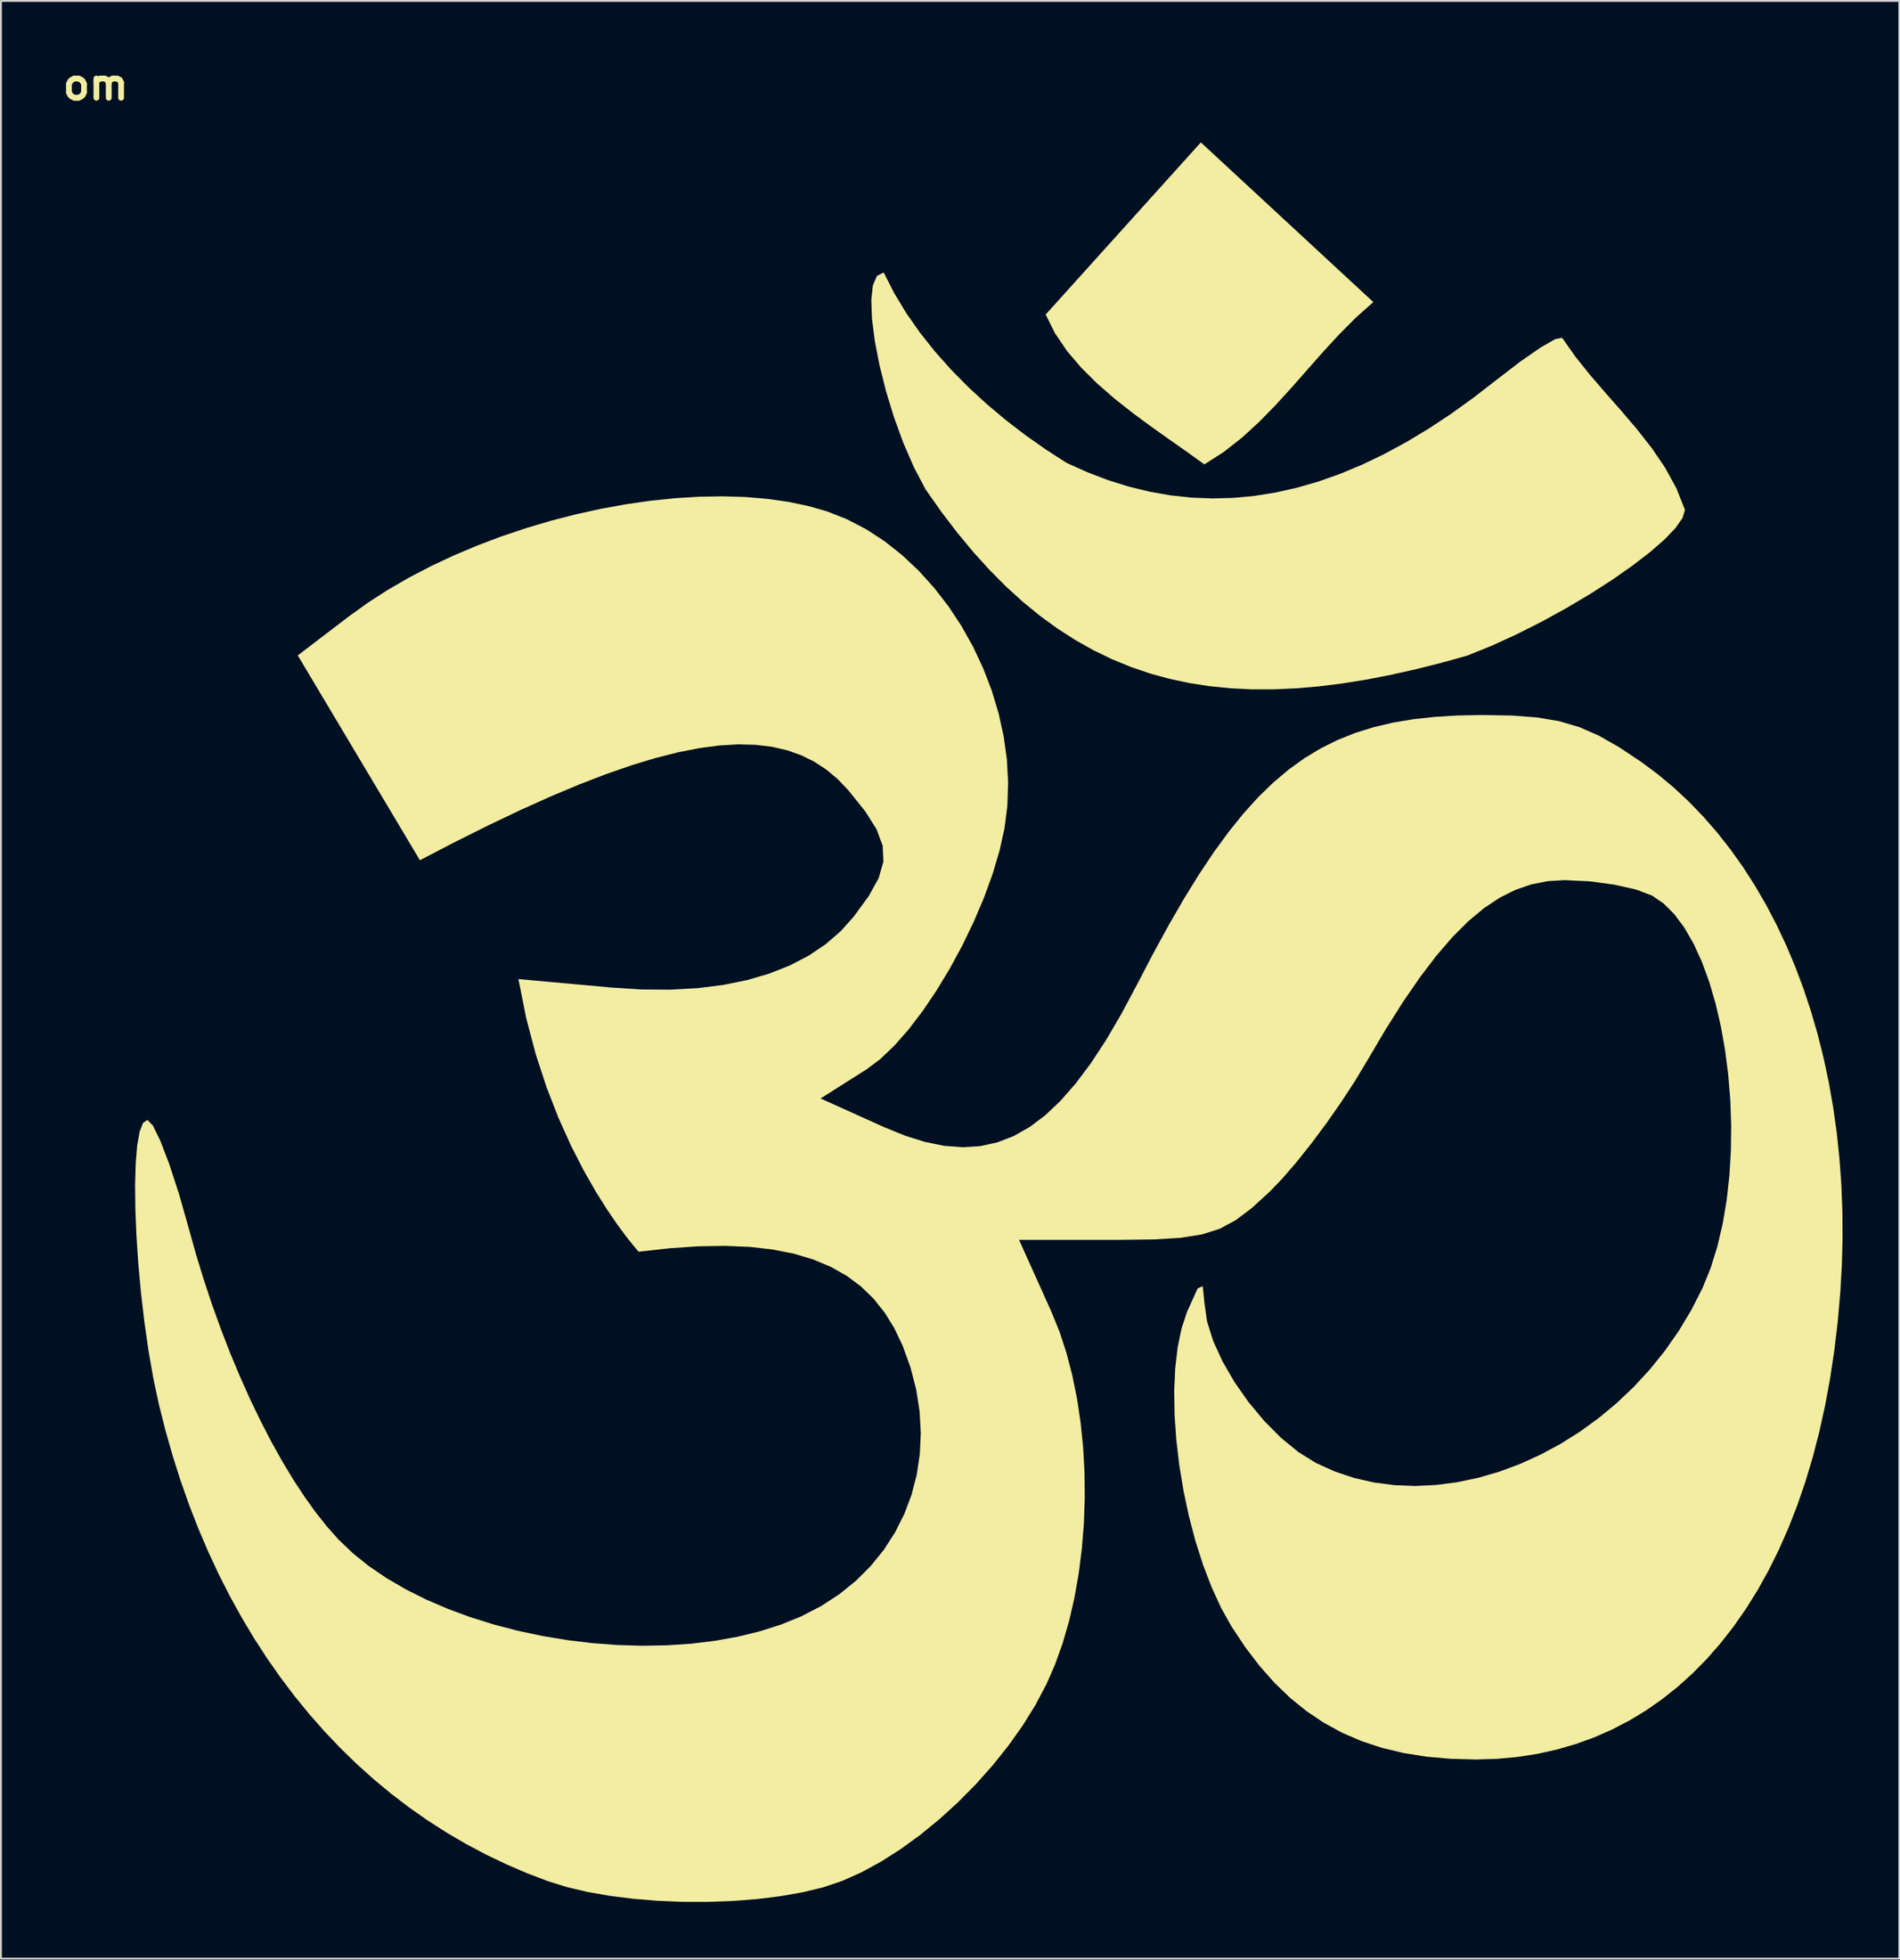
<source format=kicad_pcb>
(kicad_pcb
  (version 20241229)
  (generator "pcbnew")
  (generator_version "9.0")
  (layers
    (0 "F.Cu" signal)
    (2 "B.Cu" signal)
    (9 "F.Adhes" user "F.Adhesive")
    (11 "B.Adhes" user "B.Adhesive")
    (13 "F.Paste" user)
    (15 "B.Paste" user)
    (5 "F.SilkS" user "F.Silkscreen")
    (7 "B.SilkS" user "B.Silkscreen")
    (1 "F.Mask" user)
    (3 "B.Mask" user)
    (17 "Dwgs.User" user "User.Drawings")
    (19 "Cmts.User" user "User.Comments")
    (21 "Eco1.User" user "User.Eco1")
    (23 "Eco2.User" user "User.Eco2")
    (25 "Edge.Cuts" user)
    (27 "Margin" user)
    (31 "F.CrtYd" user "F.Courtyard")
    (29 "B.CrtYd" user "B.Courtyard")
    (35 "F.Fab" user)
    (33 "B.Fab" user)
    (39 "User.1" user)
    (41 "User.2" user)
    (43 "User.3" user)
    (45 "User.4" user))
  (footprint "om"
    (layer "F.Cu")
    (at 2.01 2.725)
    (property "Reference" "om" (at 0 -1.298 0) (layer "F.SilkS") (effects (font (size 1.524 1.524) (thickness 0.305))))
    (attr exclude_from_pos_files exclude_from_bom)
    (fp_poly (pts (xy 50.227 10.847) (xy 58.432 1.75) (xy 67.55 10.19) (xy 66.638 11) (xy 65.765 11.875) (xy 64.918 12.793) (xy 64.084 13.737) (xy 63.25 14.684) (xy 62.402 15.614) (xy 61.528 16.508) (xy 60.615 17.345) (xy 59.649 18.105) (xy 58.617 18.767) (xy 57.735 18.133) (xy 56.795 17.472) (xy 55.823 16.783) (xy 54.843 16.061) (xy 53.881 15.303) (xy 52.963 14.505) (xy 52.113 13.664) (xy 51.357 12.776) (xy 50.72 11.838) (xy 50.227 10.847)) (stroke (width 0) (type solid)) (fill yes) (layer "F.SilkS"))
    (fp_poly (pts (xy 43.877 20.088) (xy 43.262 18.92) (xy 42.701 17.63) (xy 42.204 16.266) (xy 41.78 14.878) (xy 41.439 13.515) (xy 41.19 12.227) (xy 41.043 11.062) (xy 41.007 10.071) (xy 41.092 9.302) (xy 41.308 8.804) (xy 41.663 8.627) (xy 42.213 9.707) (xy 42.851 10.763) (xy 43.57 11.792) (xy 44.363 12.791) (xy 45.222 13.756) (xy 46.139 14.686) (xy 47.107 15.576) (xy 48.119 16.425) (xy 49.166 17.229) (xy 50.242 17.985) (xy 51.338 18.691) (xy 52.43 19.182) (xy 53.524 19.599) (xy 54.62 19.941) (xy 55.719 20.209) (xy 56.821 20.403) (xy 57.927 20.522) (xy 59.037 20.567) (xy 60.151 20.537) (xy 61.271 20.432) (xy 62.396 20.252) (xy 63.527 19.997) (xy 64.664 19.667) (xy 65.808 19.262) (xy 66.959 18.782) (xy 68.118 18.226) (xy 69.285 17.595) (xy 70.46 16.889) (xy 71.645 16.107) (xy 72.838 15.249) (xy 74.042 14.316) (xy 75.315 13.338) (xy 76.397 12.589) (xy 77.174 12.145) (xy 77.532 12.077) (xy 78.236 13.076) (xy 79.015 14.047) (xy 79.84 15.004) (xy 80.68 15.958) (xy 81.503 16.925) (xy 82.28 17.916) (xy 82.98 18.946) (xy 83.573 20.027) (xy 84.027 21.172) (xy 83.897 21.602) (xy 83.526 22.131) (xy 82.941 22.741) (xy 82.168 23.413) (xy 81.235 24.13) (xy 80.17 24.874) (xy 78.998 25.626) (xy 77.747 26.368) (xy 76.445 27.083) (xy 75.118 27.752) (xy 73.794 28.357) (xy 72.499 28.879) (xy 71.115 29.262) (xy 69.764 29.601) (xy 68.443 29.896) (xy 67.154 30.145) (xy 65.894 30.346) (xy 64.662 30.5) (xy 63.459 30.603) (xy 62.282 30.655) (xy 61.132 30.655) (xy 60.006 30.6) (xy 58.905 30.49) (xy 57.828 30.324) (xy 56.773 30.099) (xy 55.739 29.815) (xy 54.727 29.47) (xy 53.734 29.063) (xy 52.761 28.592) (xy 51.805 28.056) (xy 50.867 27.454) (xy 49.945 26.785) (xy 49.039 26.046) (xy 48.147 25.237) (xy 47.269 24.356) (xy 46.404 23.402) (xy 45.551 22.374) (xy 44.709 21.27) (xy 43.877 20.088)) (stroke (width 0) (type solid)) (fill yes) (layer "F.SilkS"))
    (fp_poly (pts (xy 23.933 93.649) (xy 22.808 93.221) (xy 21.707 92.748) (xy 20.63 92.232) (xy 19.577 91.673) (xy 18.55 91.072) (xy 17.548 90.429) (xy 16.572 89.745) (xy 15.623 89.021) (xy 14.701 88.257) (xy 13.807 87.454) (xy 12.941 86.612) (xy 12.103 85.733) (xy 11.295 84.816) (xy 10.517 83.863) (xy 9.769 82.874) (xy 9.051 81.849) (xy 8.365 80.79) (xy 7.711 79.696) (xy 7.089 78.57) (xy 6.5 77.41) (xy 5.944 76.218) (xy 5.422 74.995) (xy 4.934 73.74) (xy 4.481 72.456) (xy 4.064 71.141) (xy 3.682 69.798) (xy 3.337 68.426) (xy 3.046 67.06) (xy 2.791 65.599) (xy 2.573 64.077) (xy 2.392 62.532) (xy 2.252 60.998) (xy 2.153 59.511) (xy 2.096 58.106) (xy 2.083 56.82) (xy 2.116 55.688) (xy 2.196 54.745) (xy 2.324 54.028) (xy 2.502 53.572) (xy 2.731 53.411) (xy 3.02 53.703) (xy 3.418 54.516) (xy 3.891 55.752) (xy 4.402 57.317) (xy 4.913 59.115) (xy 5.294 60.482) (xy 5.707 61.832) (xy 6.149 63.161) (xy 6.618 64.464) (xy 7.111 65.736) (xy 7.627 66.971) (xy 8.161 68.164) (xy 8.713 69.31) (xy 9.279 70.405) (xy 9.857 71.442) (xy 10.445 72.417) (xy 11.04 73.324) (xy 11.639 74.159) (xy 12.241 74.916) (xy 12.842 75.59) (xy 13.603 76.317) (xy 14.455 76.999) (xy 15.392 77.635) (xy 16.404 78.223) (xy 17.484 78.763) (xy 18.623 79.252) (xy 19.814 79.691) (xy 21.047 80.076) (xy 22.315 80.407) (xy 23.61 80.682) (xy 24.924 80.9) (xy 26.248 81.06) (xy 27.574 81.161) (xy 28.894 81.2) (xy 30.2 81.177) (xy 31.484 81.091) (xy 32.738 80.939) (xy 33.953 80.721) (xy 35.121 80.435) (xy 36.235 80.08) (xy 37.285 79.654) (xy 38.349 79.106) (xy 39.323 78.471) (xy 40.204 77.758) (xy 40.99 76.971) (xy 41.678 76.118) (xy 42.266 75.204) (xy 42.752 74.237) (xy 43.134 73.223) (xy 43.408 72.168) (xy 43.572 71.078) (xy 43.624 69.961) (xy 43.562 68.822) (xy 43.383 67.668) (xy 43.084 66.506) (xy 42.664 65.341) (xy 42.228 64.424) (xy 41.718 63.597) (xy 41.129 62.859) (xy 40.46 62.21) (xy 39.707 61.649) (xy 38.868 61.175) (xy 37.939 60.786) (xy 36.919 60.481) (xy 35.804 60.26) (xy 34.591 60.122) (xy 33.278 60.066) (xy 31.862 60.09) (xy 30.34 60.193) (xy 28.709 60.376) (xy 28.628 60.284) (xy 28.397 60.011) (xy 28.039 59.561) (xy 27.576 58.935) (xy 27.031 58.138) (xy 26.425 57.173) (xy 25.781 56.043) (xy 25.121 54.75) (xy 24.466 53.298) (xy 23.84 51.691) (xy 23.264 49.932) (xy 22.76 48.023) (xy 22.351 45.968) (xy 27.294 46.416) (xy 28.881 46.517) (xy 30.392 46.527) (xy 31.825 46.447) (xy 33.176 46.278) (xy 34.442 46.021) (xy 35.619 45.676) (xy 36.706 45.245) (xy 37.698 44.728) (xy 38.592 44.127) (xy 39.385 43.442) (xy 40.074 42.674) (xy 40.876 41.574) (xy 41.401 40.623) (xy 41.647 39.76) (xy 41.61 38.924) (xy 41.288 38.054) (xy 40.679 37.091) (xy 39.78 35.973) (xy 39.23 35.398) (xy 38.636 34.9) (xy 37.994 34.48) (xy 37.302 34.138) (xy 36.557 33.875) (xy 35.756 33.691) (xy 34.897 33.587) (xy 33.976 33.563) (xy 32.991 33.619) (xy 31.94 33.757) (xy 30.818 33.976) (xy 29.625 34.277) (xy 28.356 34.66) (xy 27.01 35.126) (xy 25.583 35.675) (xy 24.072 36.308) (xy 22.476 37.025) (xy 20.79 37.827) (xy 19.013 38.714) (xy 17.141 39.686) (xy 10.684 28.862) (xy 13.391 26.797) (xy 14.393 26.076) (xy 15.457 25.391) (xy 16.575 24.745) (xy 17.742 24.137) (xy 18.951 23.571) (xy 20.195 23.047) (xy 21.467 22.567) (xy 22.763 22.133) (xy 24.073 21.744) (xy 25.394 21.404) (xy 26.716 21.114) (xy 28.035 20.874) (xy 29.344 20.687) (xy 30.636 20.554) (xy 31.904 20.476) (xy 33.143 20.455) (xy 34.345 20.491) (xy 35.504 20.588) (xy 36.614 20.745) (xy 37.667 20.965) (xy 38.658 21.248) (xy 39.718 21.665) (xy 40.739 22.196) (xy 41.717 22.834) (xy 42.646 23.57) (xy 43.521 24.395) (xy 44.338 25.299) (xy 45.092 26.275) (xy 45.777 27.313) (xy 46.389 28.405) (xy 46.922 29.541) (xy 47.373 30.713) (xy 47.735 31.912) (xy 48.004 33.129) (xy 48.175 34.356) (xy 48.242 35.583) (xy 48.202 36.801) (xy 48.049 38.003) (xy 47.789 39.177) (xy 47.424 40.405) (xy 46.966 41.664) (xy 46.427 42.932) (xy 45.821 44.188) (xy 45.16 45.408) (xy 44.457 46.57) (xy 43.725 47.652) (xy 42.977 48.632) (xy 42.224 49.487) (xy 41.481 50.196) (xy 40.76 50.735) (xy 38.325 52.277) (xy 41.689 53.794) (xy 42.803 54.248) (xy 43.864 54.578) (xy 44.875 54.782) (xy 45.842 54.855) (xy 46.771 54.795) (xy 47.666 54.599) (xy 48.533 54.264) (xy 49.376 53.788) (xy 50.202 53.167) (xy 51.014 52.399) (xy 51.819 51.48) (xy 52.622 50.407) (xy 53.427 49.179) (xy 54.239 47.791) (xy 55.065 46.241) (xy 55.916 44.609) (xy 56.742 43.099) (xy 57.548 41.706) (xy 58.34 40.426) (xy 59.122 39.255) (xy 59.9 38.19) (xy 60.678 37.225) (xy 61.463 36.357) (xy 62.26 35.583) (xy 63.073 34.896) (xy 63.909 34.295) (xy 64.771 33.774) (xy 65.666 33.329) (xy 66.599 32.957) (xy 67.575 32.653) (xy 68.598 32.413) (xy 69.676 32.233) (xy 70.812 32.109) (xy 72.012 32.036) (xy 73.281 32.012) (xy 74.87 32.039) (xy 76.211 32.141) (xy 77.377 32.338) (xy 78.44 32.651) (xy 79.472 33.102) (xy 80.545 33.712) (xy 81.731 34.502) (xy 82.6 35.149) (xy 83.436 35.847) (xy 84.238 36.595) (xy 85.007 37.392) (xy 85.741 38.235) (xy 86.44 39.124) (xy 87.103 40.056) (xy 87.729 41.031) (xy 88.319 42.046) (xy 88.871 43.1) (xy 89.385 44.191) (xy 89.86 45.318) (xy 90.296 46.48) (xy 90.692 47.674) (xy 91.047 48.899) (xy 91.361 50.154) (xy 91.634 51.436) (xy 91.864 52.745) (xy 92.051 54.079) (xy 92.195 55.436) (xy 92.295 56.815) (xy 92.35 58.213) (xy 92.36 59.63) (xy 92.324 61.064) (xy 92.241 62.514) (xy 92.104 64.082) (xy 91.923 65.607) (xy 91.699 67.087) (xy 91.434 68.521) (xy 91.127 69.909) (xy 90.779 71.25) (xy 90.391 72.543) (xy 89.963 73.786) (xy 89.496 74.981) (xy 88.991 76.125) (xy 88.449 77.217) (xy 87.869 78.258) (xy 87.253 79.246) (xy 86.601 80.18) (xy 85.914 81.06) (xy 85.192 81.885) (xy 84.437 82.653) (xy 83.648 83.365) (xy 82.826 84.019) (xy 81.973 84.615) (xy 81.088 85.151) (xy 80.172 85.627) (xy 79.227 86.042) (xy 78.251 86.396) (xy 77.247 86.687) (xy 76.215 86.915) (xy 75.155 87.079) (xy 74.068 87.178) (xy 72.955 87.211) (xy 71.613 87.173) (xy 70.343 87.059) (xy 69.141 86.867) (xy 68.003 86.594) (xy 66.927 86.239) (xy 65.907 85.8) (xy 64.941 85.274) (xy 64.025 84.66) (xy 63.154 83.956) (xy 62.327 83.159) (xy 61.538 82.268) (xy 60.784 81.281) (xy 60.062 80.196) (xy 59.508 79.208) (xy 59.003 78.111) (xy 58.548 76.923) (xy 58.146 75.665) (xy 57.802 74.356) (xy 57.516 73.016) (xy 57.293 71.665) (xy 57.134 70.322) (xy 57.043 69.008) (xy 57.023 67.742) (xy 57.076 66.543) (xy 57.205 65.432) (xy 57.413 64.428) (xy 57.702 63.551) (xy 58.261 62.318) (xy 58.531 62.195) (xy 58.627 63.129) (xy 58.761 64.07) (xy 59.086 65.096) (xy 59.576 66.171) (xy 60.205 67.256) (xy 60.946 68.315) (xy 61.774 69.31) (xy 62.661 70.204) (xy 63.583 70.959) (xy 64.513 71.538) (xy 65.505 71.987) (xy 66.531 72.331) (xy 67.586 72.572) (xy 68.664 72.712) (xy 69.76 72.755) (xy 70.867 72.703) (xy 71.98 72.559) (xy 73.094 72.325) (xy 74.201 72.003) (xy 75.297 71.597) (xy 76.376 71.108) (xy 77.433 70.54) (xy 78.46 69.896) (xy 79.453 69.177) (xy 80.406 68.386) (xy 81.313 67.527) (xy 82.169 66.601) (xy 82.967 65.611) (xy 83.702 64.559) (xy 84.368 63.45) (xy 84.96 62.284) (xy 85.386 61.236) (xy 85.739 60.104) (xy 86.021 58.903) (xy 86.233 57.645) (xy 86.378 56.346) (xy 86.456 55.018) (xy 86.471 53.676) (xy 86.423 52.334) (xy 86.314 51.006) (xy 86.146 49.706) (xy 85.922 48.447) (xy 85.642 47.244) (xy 85.309 46.111) (xy 84.925 45.061) (xy 84.49 44.109) (xy 84.008 43.269) (xy 83.479 42.554) (xy 82.906 41.979) (xy 82.291 41.557) (xy 81.451 41.238) (xy 80.299 40.978) (xy 78.985 40.801) (xy 77.662 40.737) (xy 76.772 40.792) (xy 75.907 40.962) (xy 75.062 41.252) (xy 74.23 41.669) (xy 73.402 42.219) (xy 72.574 42.908) (xy 71.739 43.742) (xy 70.889 44.727) (xy 70.018 45.87) (xy 69.119 47.176) (xy 68.187 48.651) (xy 67.213 50.302) (xy 66.57 51.37) (xy 65.843 52.481) (xy 65.065 53.594) (xy 64.265 54.666) (xy 63.477 55.655) (xy 62.731 56.518) (xy 62.059 57.214) (xy 61.123 58.068) (xy 60.277 58.707) (xy 59.429 59.163) (xy 58.484 59.464) (xy 57.346 59.643) (xy 55.921 59.727) (xy 54.115 59.749) (xy 48.819 59.749) (xy 50.531 63.551) (xy 50.961 64.61) (xy 51.33 65.738) (xy 51.639 66.926) (xy 51.889 68.164) (xy 52.079 69.441) (xy 52.21 70.747) (xy 52.281 72.073) (xy 52.293 73.408) (xy 52.246 74.743) (xy 52.14 76.066) (xy 51.975 77.369) (xy 51.752 78.641) (xy 51.47 79.873) (xy 51.129 81.053) (xy 50.73 82.172) (xy 50.273 83.22) (xy 49.693 84.317) (xy 49.018 85.407) (xy 48.257 86.478) (xy 47.424 87.52) (xy 46.528 88.525) (xy 45.581 89.481) (xy 44.594 90.379) (xy 43.578 91.207) (xy 42.544 91.958) (xy 41.504 92.619) (xy 40.468 93.182) (xy 39.447 93.635) (xy 38.453 93.969) (xy 37.372 94.229) (xy 36.202 94.435) (xy 34.964 94.588) (xy 33.676 94.688) (xy 32.358 94.736) (xy 31.03 94.733) (xy 29.711 94.678) (xy 28.42 94.572) (xy 27.177 94.416) (xy 26.002 94.21) (xy 24.915 93.954) (xy 23.933 93.649)) (stroke (width 0) (type solid)) (fill yes) (layer "F.SilkS")))
  (gr_rect
    (start -3 -3)
    (end 97.37 100.461)
    (stroke (width 0.1) (type default))
    (fill no)
    (layer "Edge.Cuts")))
</source>
